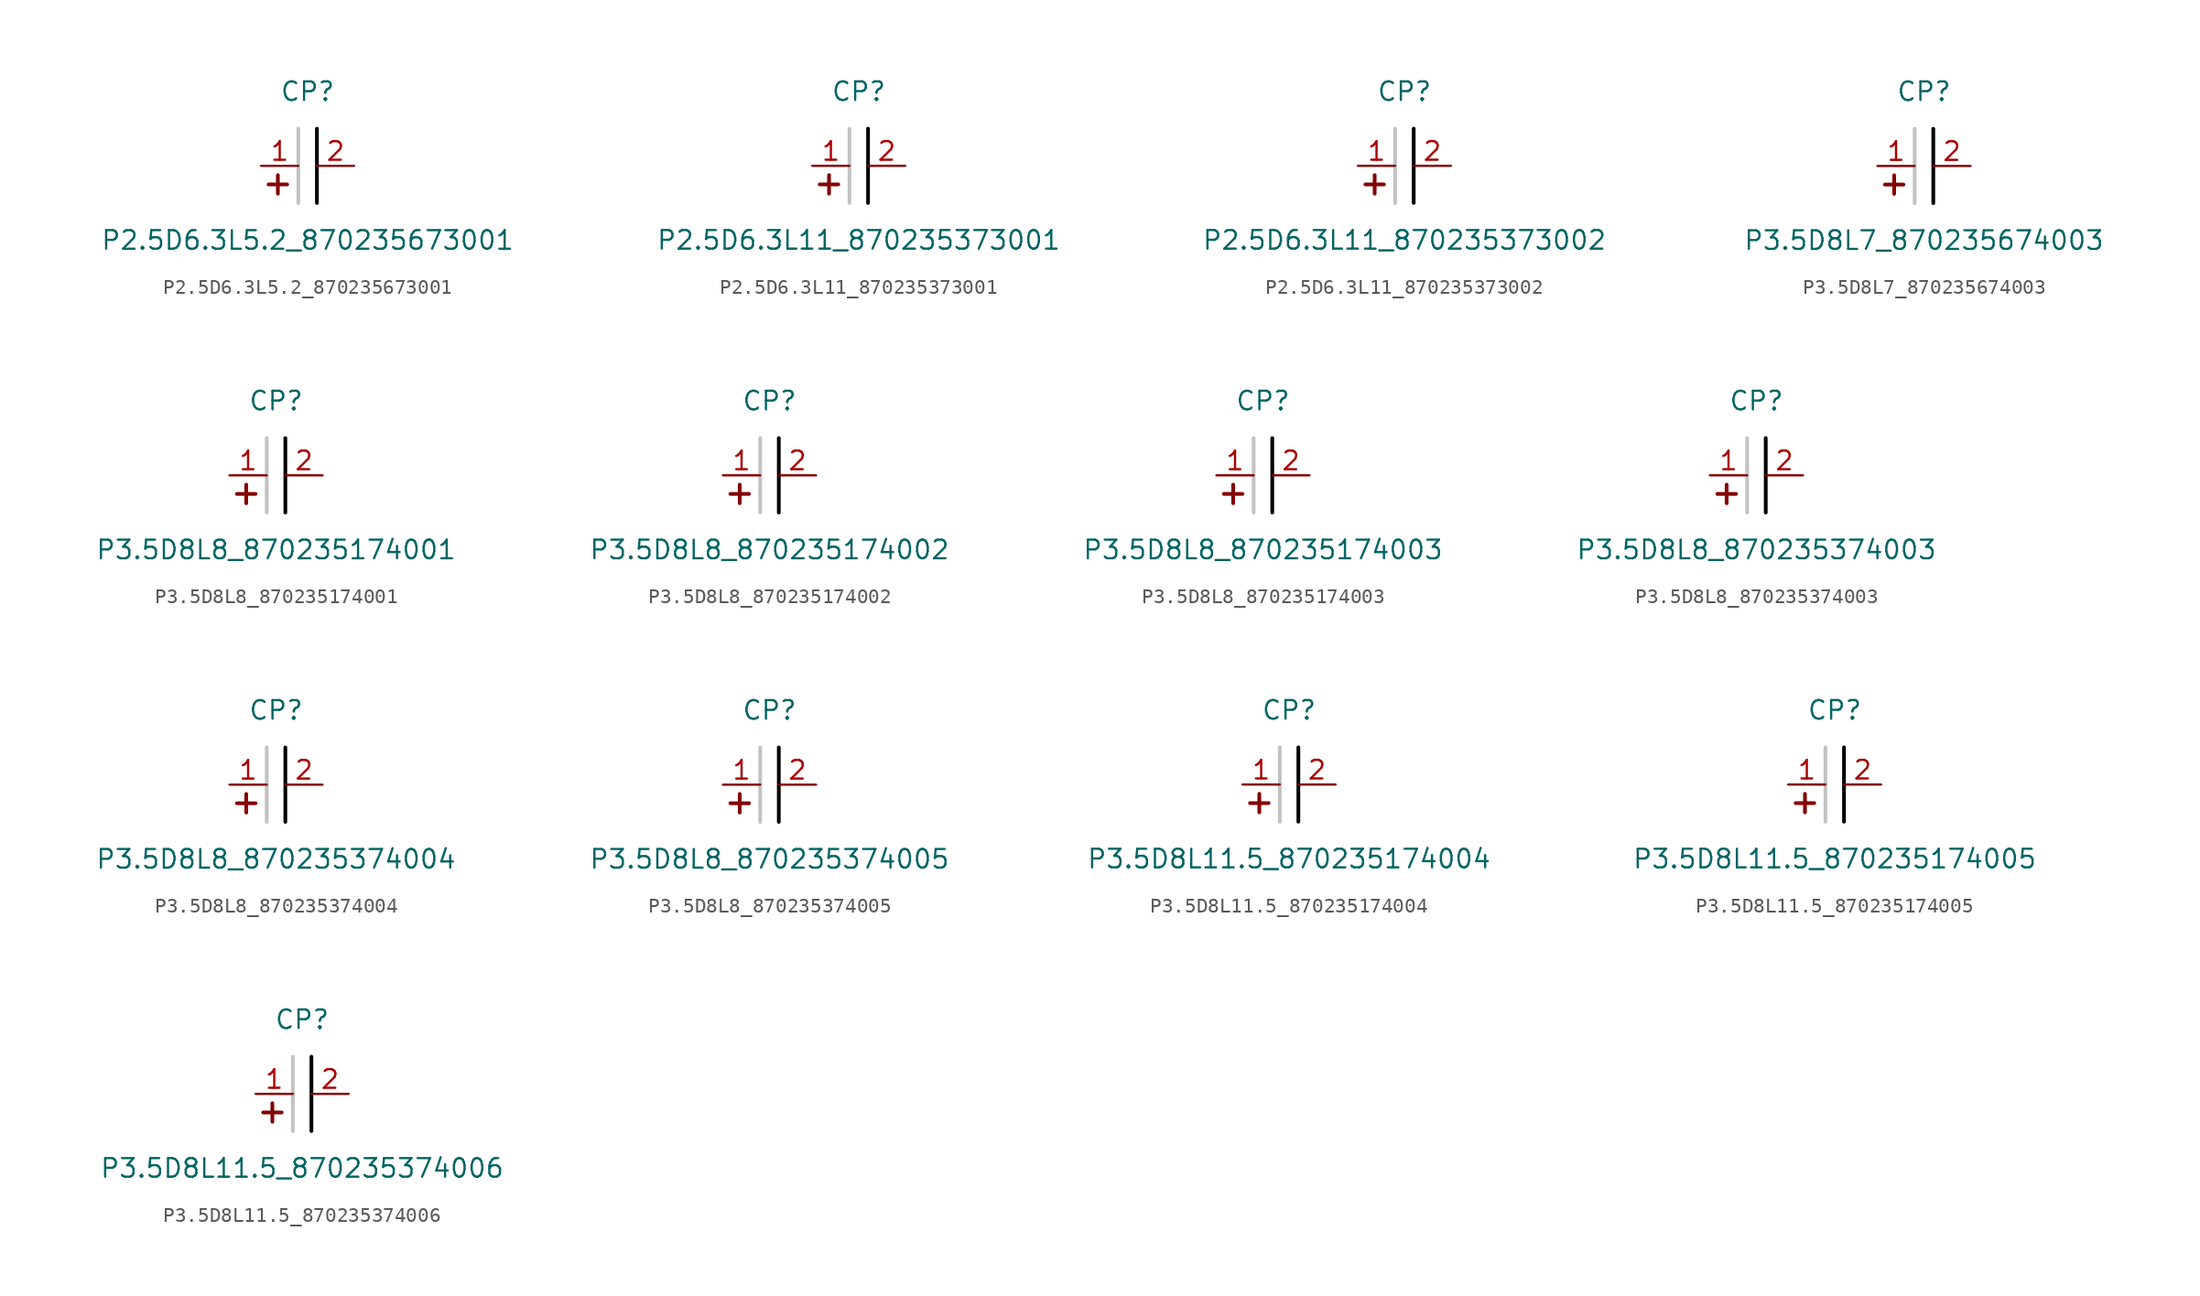
<source format=kicad_sym>
(kicad_symbol_lib
  (version 20220914)
  (generator kicad_symbol_editor)
  (symbol "P2.5D6.3L5.2_870235673001"
    (pin_names hide)
    (property "Reference" "CP"
      (at 0 5.08 0)
      (effects (font (size 1.27 1.27))))
    (property "Value" "P2.5D6.3L5.2_870235673001"
      (at 0 -5.08 0)
      (effects (font (size 1.27 1.27))))
    (symbol "P2.5D6.3L5.2_870235673001_1_1"
      (polyline (pts (xy -2.667 -1.27) (xy -1.397 -1.27)) (stroke (width 0.254) (type default)) (fill (type none)))
      (polyline (pts (xy -2.032 -0.635) (xy -2.032 -1.905)) (stroke (width 0.254) (type default)) (fill (type none)))
      (polyline (pts (xy -0.635 2.54) (xy -0.635 -2.54)) (stroke (width 0.254) (type default) (color 194 194 194 1)) (fill (type none)))
      (polyline (pts (xy 0.635 2.54) (xy 0.635 -2.54)) (stroke (width 0.254) (type default) (color 0 0 0 1)) (fill (type none)))
      (pin passive line (at -3.175 0 0) (length 2.54) (name "1" (effects (font (size 1.27 1.27)))) (number "1" (effects (font (size 1.27 1.27)))))
      (pin passive line (at 3.175 0 180) (length 2.54) (name "2" (effects (font (size 1.27 1.27)))) (number "2" (effects (font (size 1.27 1.27)))))))
  (symbol "P2.5D6.3L11_870235373001"
    (pin_names hide)
    (property "Reference" "CP"
      (at 0 5.08 0)
      (effects (font (size 1.27 1.27))))
    (property "Value" "P2.5D6.3L11_870235373001"
      (at 0 -5.08 0)
      (effects (font (size 1.27 1.27))))
    (symbol "P2.5D6.3L11_870235373001_1_1"
      (polyline (pts (xy -2.667 -1.27) (xy -1.397 -1.27)) (stroke (width 0.254) (type default)) (fill (type none)))
      (polyline (pts (xy -2.032 -0.635) (xy -2.032 -1.905)) (stroke (width 0.254) (type default)) (fill (type none)))
      (polyline (pts (xy -0.635 2.54) (xy -0.635 -2.54)) (stroke (width 0.254) (type default) (color 194 194 194 1)) (fill (type none)))
      (polyline (pts (xy 0.635 2.54) (xy 0.635 -2.54)) (stroke (width 0.254) (type default) (color 0 0 0 1)) (fill (type none)))
      (pin passive line (at -3.175 0 0) (length 2.54) (name "1" (effects (font (size 1.27 1.27)))) (number "1" (effects (font (size 1.27 1.27)))))
      (pin passive line (at 3.175 0 180) (length 2.54) (name "2" (effects (font (size 1.27 1.27)))) (number "2" (effects (font (size 1.27 1.27)))))))
  (symbol "P2.5D6.3L11_870235373002"
    (pin_names hide)
    (property "Reference" "CP"
      (at 0 5.08 0)
      (effects (font (size 1.27 1.27))))
    (property "Value" "P2.5D6.3L11_870235373002"
      (at 0 -5.08 0)
      (effects (font (size 1.27 1.27))))
    (symbol "P2.5D6.3L11_870235373002_1_1"
      (polyline (pts (xy -2.667 -1.27) (xy -1.397 -1.27)) (stroke (width 0.254) (type default)) (fill (type none)))
      (polyline (pts (xy -2.032 -0.635) (xy -2.032 -1.905)) (stroke (width 0.254) (type default)) (fill (type none)))
      (polyline (pts (xy -0.635 2.54) (xy -0.635 -2.54)) (stroke (width 0.254) (type default) (color 194 194 194 1)) (fill (type none)))
      (polyline (pts (xy 0.635 2.54) (xy 0.635 -2.54)) (stroke (width 0.254) (type default) (color 0 0 0 1)) (fill (type none)))
      (pin passive line (at -3.175 0 0) (length 2.54) (name "1" (effects (font (size 1.27 1.27)))) (number "1" (effects (font (size 1.27 1.27)))))
      (pin passive line (at 3.175 0 180) (length 2.54) (name "2" (effects (font (size 1.27 1.27)))) (number "2" (effects (font (size 1.27 1.27)))))))
  (symbol "P3.5D8L7_870235674003"
    (pin_names hide)
    (property "Reference" "CP"
      (at 0 5.08 0)
      (effects (font (size 1.27 1.27))))
    (property "Value" "P3.5D8L7_870235674003"
      (at 0 -5.08 0)
      (effects (font (size 1.27 1.27))))
    (symbol "P3.5D8L7_870235674003_1_1"
      (polyline (pts (xy -2.667 -1.27) (xy -1.397 -1.27)) (stroke (width 0.254) (type default)) (fill (type none)))
      (polyline (pts (xy -2.032 -0.635) (xy -2.032 -1.905)) (stroke (width 0.254) (type default)) (fill (type none)))
      (polyline (pts (xy -0.635 2.54) (xy -0.635 -2.54)) (stroke (width 0.254) (type default) (color 194 194 194 1)) (fill (type none)))
      (polyline (pts (xy 0.635 2.54) (xy 0.635 -2.54)) (stroke (width 0.254) (type default) (color 0 0 0 1)) (fill (type none)))
      (pin passive line (at -3.175 0 0) (length 2.54) (name "1" (effects (font (size 1.27 1.27)))) (number "1" (effects (font (size 1.27 1.27)))))
      (pin passive line (at 3.175 0 180) (length 2.54) (name "2" (effects (font (size 1.27 1.27)))) (number "2" (effects (font (size 1.27 1.27)))))))
  (symbol "P3.5D8L8_870235174001"
    (pin_names hide)
    (property "Reference" "CP"
      (at 0 5.08 0)
      (effects (font (size 1.27 1.27))))
    (property "Value" "P3.5D8L8_870235174001"
      (at 0 -5.08 0)
      (effects (font (size 1.27 1.27))))
    (symbol "P3.5D8L8_870235174001_1_1"
      (polyline (pts (xy -2.667 -1.27) (xy -1.397 -1.27)) (stroke (width 0.254) (type default)) (fill (type none)))
      (polyline (pts (xy -2.032 -0.635) (xy -2.032 -1.905)) (stroke (width 0.254) (type default)) (fill (type none)))
      (polyline (pts (xy -0.635 2.54) (xy -0.635 -2.54)) (stroke (width 0.254) (type default) (color 194 194 194 1)) (fill (type none)))
      (polyline (pts (xy 0.635 2.54) (xy 0.635 -2.54)) (stroke (width 0.254) (type default) (color 0 0 0 1)) (fill (type none)))
      (pin passive line (at -3.175 0 0) (length 2.54) (name "1" (effects (font (size 1.27 1.27)))) (number "1" (effects (font (size 1.27 1.27)))))
      (pin passive line (at 3.175 0 180) (length 2.54) (name "2" (effects (font (size 1.27 1.27)))) (number "2" (effects (font (size 1.27 1.27)))))))
  (symbol "P3.5D8L8_870235174002"
    (pin_names hide)
    (property "Reference" "CP"
      (at 0 5.08 0)
      (effects (font (size 1.27 1.27))))
    (property "Value" "P3.5D8L8_870235174002"
      (at 0 -5.08 0)
      (effects (font (size 1.27 1.27))))
    (symbol "P3.5D8L8_870235174002_1_1"
      (polyline (pts (xy -2.667 -1.27) (xy -1.397 -1.27)) (stroke (width 0.254) (type default)) (fill (type none)))
      (polyline (pts (xy -2.032 -0.635) (xy -2.032 -1.905)) (stroke (width 0.254) (type default)) (fill (type none)))
      (polyline (pts (xy -0.635 2.54) (xy -0.635 -2.54)) (stroke (width 0.254) (type default) (color 194 194 194 1)) (fill (type none)))
      (polyline (pts (xy 0.635 2.54) (xy 0.635 -2.54)) (stroke (width 0.254) (type default) (color 0 0 0 1)) (fill (type none)))
      (pin passive line (at -3.175 0 0) (length 2.54) (name "1" (effects (font (size 1.27 1.27)))) (number "1" (effects (font (size 1.27 1.27)))))
      (pin passive line (at 3.175 0 180) (length 2.54) (name "2" (effects (font (size 1.27 1.27)))) (number "2" (effects (font (size 1.27 1.27)))))))
  (symbol "P3.5D8L8_870235174003"
    (pin_names hide)
    (property "Reference" "CP"
      (at 0 5.08 0)
      (effects (font (size 1.27 1.27))))
    (property "Value" "P3.5D8L8_870235174003"
      (at 0 -5.08 0)
      (effects (font (size 1.27 1.27))))
    (symbol "P3.5D8L8_870235174003_1_1"
      (polyline (pts (xy -2.667 -1.27) (xy -1.397 -1.27)) (stroke (width 0.254) (type default)) (fill (type none)))
      (polyline (pts (xy -2.032 -0.635) (xy -2.032 -1.905)) (stroke (width 0.254) (type default)) (fill (type none)))
      (polyline (pts (xy -0.635 2.54) (xy -0.635 -2.54)) (stroke (width 0.254) (type default) (color 194 194 194 1)) (fill (type none)))
      (polyline (pts (xy 0.635 2.54) (xy 0.635 -2.54)) (stroke (width 0.254) (type default) (color 0 0 0 1)) (fill (type none)))
      (pin passive line (at -3.175 0 0) (length 2.54) (name "1" (effects (font (size 1.27 1.27)))) (number "1" (effects (font (size 1.27 1.27)))))
      (pin passive line (at 3.175 0 180) (length 2.54) (name "2" (effects (font (size 1.27 1.27)))) (number "2" (effects (font (size 1.27 1.27)))))))
  (symbol "P3.5D8L8_870235374003"
    (pin_names hide)
    (property "Reference" "CP"
      (at 0 5.08 0)
      (effects (font (size 1.27 1.27))))
    (property "Value" "P3.5D8L8_870235374003"
      (at 0 -5.08 0)
      (effects (font (size 1.27 1.27))))
    (symbol "P3.5D8L8_870235374003_1_1"
      (polyline (pts (xy -2.667 -1.27) (xy -1.397 -1.27)) (stroke (width 0.254) (type default)) (fill (type none)))
      (polyline (pts (xy -2.032 -0.635) (xy -2.032 -1.905)) (stroke (width 0.254) (type default)) (fill (type none)))
      (polyline (pts (xy -0.635 2.54) (xy -0.635 -2.54)) (stroke (width 0.254) (type default) (color 194 194 194 1)) (fill (type none)))
      (polyline (pts (xy 0.635 2.54) (xy 0.635 -2.54)) (stroke (width 0.254) (type default) (color 0 0 0 1)) (fill (type none)))
      (pin passive line (at -3.175 0 0) (length 2.54) (name "1" (effects (font (size 1.27 1.27)))) (number "1" (effects (font (size 1.27 1.27)))))
      (pin passive line (at 3.175 0 180) (length 2.54) (name "2" (effects (font (size 1.27 1.27)))) (number "2" (effects (font (size 1.27 1.27)))))))
  (symbol "P3.5D8L8_870235374004"
    (pin_names hide)
    (property "Reference" "CP"
      (at 0 5.08 0)
      (effects (font (size 1.27 1.27))))
    (property "Value" "P3.5D8L8_870235374004"
      (at 0 -5.08 0)
      (effects (font (size 1.27 1.27))))
    (symbol "P3.5D8L8_870235374004_1_1"
      (polyline (pts (xy -2.667 -1.27) (xy -1.397 -1.27)) (stroke (width 0.254) (type default)) (fill (type none)))
      (polyline (pts (xy -2.032 -0.635) (xy -2.032 -1.905)) (stroke (width 0.254) (type default)) (fill (type none)))
      (polyline (pts (xy -0.635 2.54) (xy -0.635 -2.54)) (stroke (width 0.254) (type default) (color 194 194 194 1)) (fill (type none)))
      (polyline (pts (xy 0.635 2.54) (xy 0.635 -2.54)) (stroke (width 0.254) (type default) (color 0 0 0 1)) (fill (type none)))
      (pin passive line (at -3.175 0 0) (length 2.54) (name "1" (effects (font (size 1.27 1.27)))) (number "1" (effects (font (size 1.27 1.27)))))
      (pin passive line (at 3.175 0 180) (length 2.54) (name "2" (effects (font (size 1.27 1.27)))) (number "2" (effects (font (size 1.27 1.27)))))))
  (symbol "P3.5D8L8_870235374005"
    (pin_names hide)
    (property "Reference" "CP"
      (at 0 5.08 0)
      (effects (font (size 1.27 1.27))))
    (property "Value" "P3.5D8L8_870235374005"
      (at 0 -5.08 0)
      (effects (font (size 1.27 1.27))))
    (symbol "P3.5D8L8_870235374005_1_1"
      (polyline (pts (xy -2.667 -1.27) (xy -1.397 -1.27)) (stroke (width 0.254) (type default)) (fill (type none)))
      (polyline (pts (xy -2.032 -0.635) (xy -2.032 -1.905)) (stroke (width 0.254) (type default)) (fill (type none)))
      (polyline (pts (xy -0.635 2.54) (xy -0.635 -2.54)) (stroke (width 0.254) (type default) (color 194 194 194 1)) (fill (type none)))
      (polyline (pts (xy 0.635 2.54) (xy 0.635 -2.54)) (stroke (width 0.254) (type default) (color 0 0 0 1)) (fill (type none)))
      (pin passive line (at -3.175 0 0) (length 2.54) (name "1" (effects (font (size 1.27 1.27)))) (number "1" (effects (font (size 1.27 1.27)))))
      (pin passive line (at 3.175 0 180) (length 2.54) (name "2" (effects (font (size 1.27 1.27)))) (number "2" (effects (font (size 1.27 1.27)))))))
  (symbol "P3.5D8L11.5_870235174004"
    (pin_names hide)
    (property "Reference" "CP"
      (at 0 5.08 0)
      (effects (font (size 1.27 1.27))))
    (property "Value" "P3.5D8L11.5_870235174004"
      (at 0 -5.08 0)
      (effects (font (size 1.27 1.27))))
    (symbol "P3.5D8L11.5_870235174004_1_1"
      (polyline (pts (xy -2.667 -1.27) (xy -1.397 -1.27)) (stroke (width 0.254) (type default)) (fill (type none)))
      (polyline (pts (xy -2.032 -0.635) (xy -2.032 -1.905)) (stroke (width 0.254) (type default)) (fill (type none)))
      (polyline (pts (xy -0.635 2.54) (xy -0.635 -2.54)) (stroke (width 0.254) (type default) (color 194 194 194 1)) (fill (type none)))
      (polyline (pts (xy 0.635 2.54) (xy 0.635 -2.54)) (stroke (width 0.254) (type default) (color 0 0 0 1)) (fill (type none)))
      (pin passive line (at -3.175 0 0) (length 2.54) (name "1" (effects (font (size 1.27 1.27)))) (number "1" (effects (font (size 1.27 1.27)))))
      (pin passive line (at 3.175 0 180) (length 2.54) (name "2" (effects (font (size 1.27 1.27)))) (number "2" (effects (font (size 1.27 1.27)))))))
  (symbol "P3.5D8L11.5_870235174005"
    (pin_names hide)
    (property "Reference" "CP"
      (at 0 5.08 0)
      (effects (font (size 1.27 1.27))))
    (property "Value" "P3.5D8L11.5_870235174005"
      (at 0 -5.08 0)
      (effects (font (size 1.27 1.27))))
    (symbol "P3.5D8L11.5_870235174005_1_1"
      (polyline (pts (xy -2.667 -1.27) (xy -1.397 -1.27)) (stroke (width 0.254) (type default)) (fill (type none)))
      (polyline (pts (xy -2.032 -0.635) (xy -2.032 -1.905)) (stroke (width 0.254) (type default)) (fill (type none)))
      (polyline (pts (xy -0.635 2.54) (xy -0.635 -2.54)) (stroke (width 0.254) (type default) (color 194 194 194 1)) (fill (type none)))
      (polyline (pts (xy 0.635 2.54) (xy 0.635 -2.54)) (stroke (width 0.254) (type default) (color 0 0 0 1)) (fill (type none)))
      (pin passive line (at -3.175 0 0) (length 2.54) (name "1" (effects (font (size 1.27 1.27)))) (number "1" (effects (font (size 1.27 1.27)))))
      (pin passive line (at 3.175 0 180) (length 2.54) (name "2" (effects (font (size 1.27 1.27)))) (number "2" (effects (font (size 1.27 1.27)))))))
  (symbol "P3.5D8L11.5_870235374006"
    (pin_names hide)
    (property "Reference" "CP"
      (at 0 5.08 0)
      (effects (font (size 1.27 1.27))))
    (property "Value" "P3.5D8L11.5_870235374006"
      (at 0 -5.08 0)
      (effects (font (size 1.27 1.27))))
    (symbol "P3.5D8L11.5_870235374006_1_1"
      (polyline (pts (xy -2.667 -1.27) (xy -1.397 -1.27)) (stroke (width 0.254) (type default)) (fill (type none)))
      (polyline (pts (xy -2.032 -0.635) (xy -2.032 -1.905)) (stroke (width 0.254) (type default)) (fill (type none)))
      (polyline (pts (xy -0.635 2.54) (xy -0.635 -2.54)) (stroke (width 0.254) (type default) (color 194 194 194 1)) (fill (type none)))
      (polyline (pts (xy 0.635 2.54) (xy 0.635 -2.54)) (stroke (width 0.254) (type default) (color 0 0 0 1)) (fill (type none)))
      (pin passive line (at -3.175 0 0) (length 2.54) (name "1" (effects (font (size 1.27 1.27)))) (number "1" (effects (font (size 1.27 1.27)))))
      (pin passive line (at 3.175 0 180) (length 2.54) (name "2" (effects (font (size 1.27 1.27)))) (number "2" (effects (font (size 1.27 1.27))))))))
</source>
